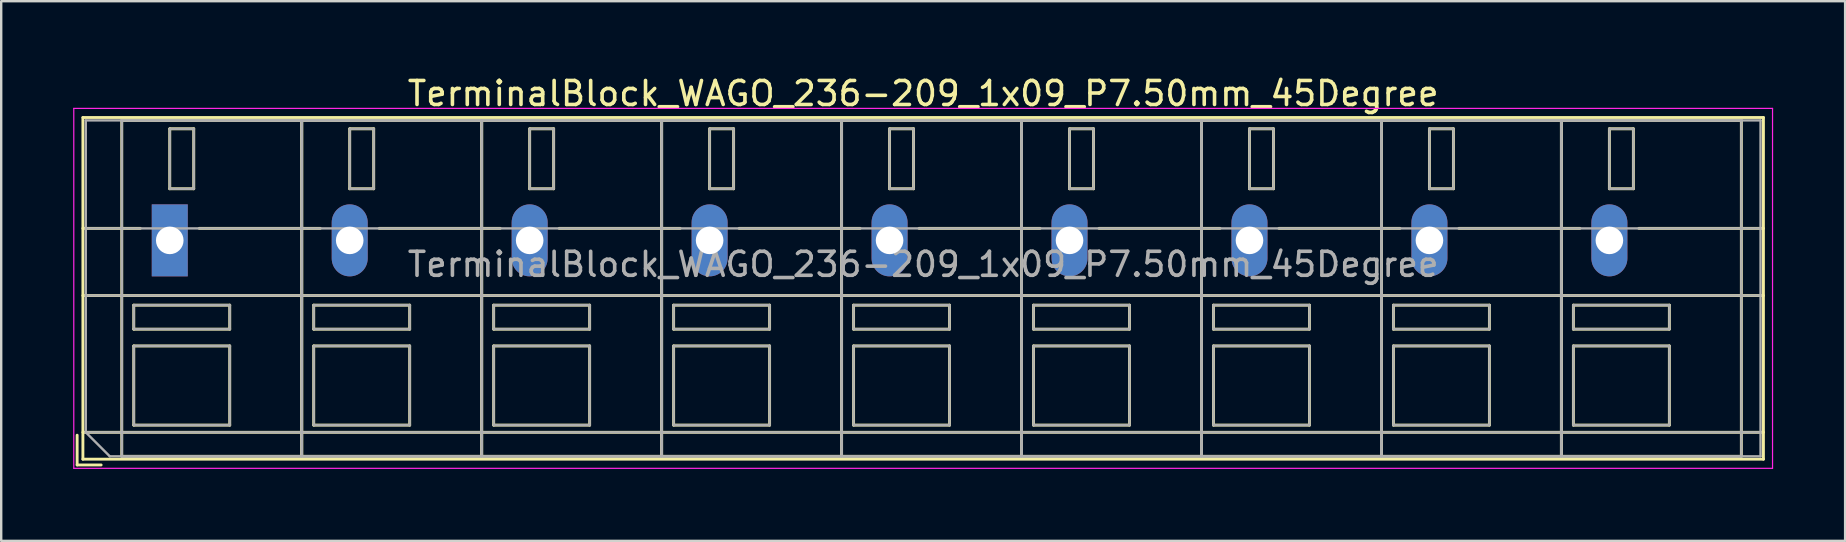
<source format=kicad_pcb>
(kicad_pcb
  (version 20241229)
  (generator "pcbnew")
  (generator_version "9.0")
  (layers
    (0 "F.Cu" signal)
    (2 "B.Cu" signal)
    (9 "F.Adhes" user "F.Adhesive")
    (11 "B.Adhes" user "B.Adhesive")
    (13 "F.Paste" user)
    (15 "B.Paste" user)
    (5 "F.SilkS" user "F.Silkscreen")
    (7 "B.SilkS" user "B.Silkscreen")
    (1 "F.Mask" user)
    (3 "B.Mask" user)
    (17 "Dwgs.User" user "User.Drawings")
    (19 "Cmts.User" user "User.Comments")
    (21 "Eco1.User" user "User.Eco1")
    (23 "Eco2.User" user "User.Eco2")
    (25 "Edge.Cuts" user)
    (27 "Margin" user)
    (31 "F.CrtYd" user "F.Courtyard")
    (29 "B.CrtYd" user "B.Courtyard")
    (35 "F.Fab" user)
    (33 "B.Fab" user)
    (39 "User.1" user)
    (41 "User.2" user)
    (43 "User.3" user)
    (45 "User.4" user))
  (footprint "TerminalBlock_WAGO_236-209_1x09_P7.50mm_45Degree"
    (layer "F.Cu")
    (at 4.025 6.968)
    (property "Reference" "TerminalBlock_WAGO_236-209_1x09_P7.50mm_45Degree" (at 31.4 -6.12 0) (layer "F.SilkS") (effects (font (size 1 1) (thickness 0.15))))
    (attr through_hole)
    (fp_line (start -3.86 8.12) (end -3.86 9.36) (stroke (width 0.12) (type solid)) (layer "F.SilkS"))
    (fp_line (start -3.86 9.36) (end -2.86 9.36) (stroke (width 0.12) (type solid)) (layer "F.SilkS"))
    (fp_line (start -3.62 -5.12) (end -3.62 9.12) (stroke (width 0.12) (type solid)) (layer "F.SilkS"))
    (fp_line (start -3.62 -5.12) (end 66.42 -5.12) (stroke (width 0.12) (type solid)) (layer "F.SilkS"))
    (fp_line (start -3.62 -0.5) (end -1.23 -0.5) (stroke (width 0.12) (type solid)) (layer "F.SilkS"))
    (fp_line (start -3.62 2.3) (end 66.42 2.3) (stroke (width 0.12) (type solid)) (layer "F.SilkS"))
    (fp_line (start -3.62 8) (end 66.42 8) (stroke (width 0.12) (type solid)) (layer "F.SilkS"))
    (fp_line (start -3.62 9.12) (end 66.42 9.12) (stroke (width 0.12) (type solid)) (layer "F.SilkS"))
    (fp_line (start -2 -5) (end -2 9) (stroke (width 0.12) (type solid)) (layer "F.SilkS"))
    (fp_line (start -2 -5) (end 5.5 -5) (stroke (width 0.12) (type solid)) (layer "F.SilkS"))
    (fp_line (start -2 9) (end 5.5 9) (stroke (width 0.12) (type solid)) (layer "F.SilkS"))
    (fp_line (start -1.5 2.7) (end -1.5 3.7) (stroke (width 0.12) (type solid)) (layer "F.SilkS"))
    (fp_line (start -1.5 2.7) (end 2.5 2.7) (stroke (width 0.12) (type solid)) (layer "F.SilkS"))
    (fp_line (start -1.5 3.7) (end 2.5 3.7) (stroke (width 0.12) (type solid)) (layer "F.SilkS"))
    (fp_line (start -1.5 4.4) (end -1.5 7.7) (stroke (width 0.12) (type solid)) (layer "F.SilkS"))
    (fp_line (start -1.5 4.4) (end 2.5 4.4) (stroke (width 0.12) (type solid)) (layer "F.SilkS"))
    (fp_line (start -1.5 7.7) (end 2.5 7.7) (stroke (width 0.12) (type solid)) (layer "F.SilkS"))
    (fp_line (start 0 -4.65) (end 0 -2.151) (stroke (width 0.12) (type solid)) (layer "F.SilkS"))
    (fp_line (start 0 -4.65) (end 1 -4.65) (stroke (width 0.12) (type solid)) (layer "F.SilkS"))
    (fp_line (start 0 -2.151) (end 1 -2.151) (stroke (width 0.12) (type solid)) (layer "F.SilkS"))
    (fp_line (start 1 -4.65) (end 1 -2.151) (stroke (width 0.12) (type solid)) (layer "F.SilkS"))
    (fp_line (start 1.23 -0.5) (end 6.27 -0.5) (stroke (width 0.12) (type solid)) (layer "F.SilkS"))
    (fp_line (start 2.5 2.7) (end 2.5 3.7) (stroke (width 0.12) (type solid)) (layer "F.SilkS"))
    (fp_line (start 2.5 4.4) (end 2.5 7.7) (stroke (width 0.12) (type solid)) (layer "F.SilkS"))
    (fp_line (start 5.5 -5) (end 5.5 9) (stroke (width 0.12) (type solid)) (layer "F.SilkS"))
    (fp_line (start 5.5 -5) (end 5.5 9) (stroke (width 0.12) (type solid)) (layer "F.SilkS"))
    (fp_line (start 5.5 -5) (end 13 -5) (stroke (width 0.12) (type solid)) (layer "F.SilkS"))
    (fp_line (start 5.5 9) (end 13 9) (stroke (width 0.12) (type solid)) (layer "F.SilkS"))
    (fp_line (start 6 2.7) (end 6 3.7) (stroke (width 0.12) (type solid)) (layer "F.SilkS"))
    (fp_line (start 6 2.7) (end 10 2.7) (stroke (width 0.12) (type solid)) (layer "F.SilkS"))
    (fp_line (start 6 3.7) (end 10 3.7) (stroke (width 0.12) (type solid)) (layer "F.SilkS"))
    (fp_line (start 6 4.4) (end 6 7.7) (stroke (width 0.12) (type solid)) (layer "F.SilkS"))
    (fp_line (start 6 4.4) (end 10 4.4) (stroke (width 0.12) (type solid)) (layer "F.SilkS"))
    (fp_line (start 6 7.7) (end 10 7.7) (stroke (width 0.12) (type solid)) (layer "F.SilkS"))
    (fp_line (start 7.5 -4.65) (end 7.5 -2.151) (stroke (width 0.12) (type solid)) (layer "F.SilkS"))
    (fp_line (start 7.5 -4.65) (end 8.5 -4.65) (stroke (width 0.12) (type solid)) (layer "F.SilkS"))
    (fp_line (start 7.5 -2.151) (end 8.5 -2.151) (stroke (width 0.12) (type solid)) (layer "F.SilkS"))
    (fp_line (start 8.5 -4.65) (end 8.5 -2.151) (stroke (width 0.12) (type solid)) (layer "F.SilkS"))
    (fp_line (start 8.73 -0.5) (end 13.77 -0.5) (stroke (width 0.12) (type solid)) (layer "F.SilkS"))
    (fp_line (start 10 2.7) (end 10 3.7) (stroke (width 0.12) (type solid)) (layer "F.SilkS"))
    (fp_line (start 10 4.4) (end 10 7.7) (stroke (width 0.12) (type solid)) (layer "F.SilkS"))
    (fp_line (start 13 -5) (end 13 9) (stroke (width 0.12) (type solid)) (layer "F.SilkS"))
    (fp_line (start 13 -5) (end 13 9) (stroke (width 0.12) (type solid)) (layer "F.SilkS"))
    (fp_line (start 13 -5) (end 20.5 -5) (stroke (width 0.12) (type solid)) (layer "F.SilkS"))
    (fp_line (start 13 9) (end 20.5 9) (stroke (width 0.12) (type solid)) (layer "F.SilkS"))
    (fp_line (start 13.5 2.7) (end 13.5 3.7) (stroke (width 0.12) (type solid)) (layer "F.SilkS"))
    (fp_line (start 13.5 2.7) (end 17.5 2.7) (stroke (width 0.12) (type solid)) (layer "F.SilkS"))
    (fp_line (start 13.5 3.7) (end 17.5 3.7) (stroke (width 0.12) (type solid)) (layer "F.SilkS"))
    (fp_line (start 13.5 4.4) (end 13.5 7.7) (stroke (width 0.12) (type solid)) (layer "F.SilkS"))
    (fp_line (start 13.5 4.4) (end 17.5 4.4) (stroke (width 0.12) (type solid)) (layer "F.SilkS"))
    (fp_line (start 13.5 7.7) (end 17.5 7.7) (stroke (width 0.12) (type solid)) (layer "F.SilkS"))
    (fp_line (start 15 -4.65) (end 15 -2.151) (stroke (width 0.12) (type solid)) (layer "F.SilkS"))
    (fp_line (start 15 -4.65) (end 16 -4.65) (stroke (width 0.12) (type solid)) (layer "F.SilkS"))
    (fp_line (start 15 -2.151) (end 16 -2.151) (stroke (width 0.12) (type solid)) (layer "F.SilkS"))
    (fp_line (start 16 -4.65) (end 16 -2.151) (stroke (width 0.12) (type solid)) (layer "F.SilkS"))
    (fp_line (start 16.23 -0.5) (end 21.27 -0.5) (stroke (width 0.12) (type solid)) (layer "F.SilkS"))
    (fp_line (start 17.5 2.7) (end 17.5 3.7) (stroke (width 0.12) (type solid)) (layer "F.SilkS"))
    (fp_line (start 17.5 4.4) (end 17.5 7.7) (stroke (width 0.12) (type solid)) (layer "F.SilkS"))
    (fp_line (start 20.5 -5) (end 20.5 9) (stroke (width 0.12) (type solid)) (layer "F.SilkS"))
    (fp_line (start 20.5 -5) (end 20.5 9) (stroke (width 0.12) (type solid)) (layer "F.SilkS"))
    (fp_line (start 20.5 -5) (end 28 -5) (stroke (width 0.12) (type solid)) (layer "F.SilkS"))
    (fp_line (start 20.5 9) (end 28 9) (stroke (width 0.12) (type solid)) (layer "F.SilkS"))
    (fp_line (start 21 2.7) (end 21 3.7) (stroke (width 0.12) (type solid)) (layer "F.SilkS"))
    (fp_line (start 21 2.7) (end 25 2.7) (stroke (width 0.12) (type solid)) (layer "F.SilkS"))
    (fp_line (start 21 3.7) (end 25 3.7) (stroke (width 0.12) (type solid)) (layer "F.SilkS"))
    (fp_line (start 21 4.4) (end 21 7.7) (stroke (width 0.12) (type solid)) (layer "F.SilkS"))
    (fp_line (start 21 4.4) (end 25 4.4) (stroke (width 0.12) (type solid)) (layer "F.SilkS"))
    (fp_line (start 21 7.7) (end 25 7.7) (stroke (width 0.12) (type solid)) (layer "F.SilkS"))
    (fp_line (start 22.5 -4.65) (end 22.5 -2.151) (stroke (width 0.12) (type solid)) (layer "F.SilkS"))
    (fp_line (start 22.5 -4.65) (end 23.5 -4.65) (stroke (width 0.12) (type solid)) (layer "F.SilkS"))
    (fp_line (start 22.5 -2.151) (end 23.5 -2.151) (stroke (width 0.12) (type solid)) (layer "F.SilkS"))
    (fp_line (start 23.5 -4.65) (end 23.5 -2.151) (stroke (width 0.12) (type solid)) (layer "F.SilkS"))
    (fp_line (start 23.73 -0.5) (end 28.77 -0.5) (stroke (width 0.12) (type solid)) (layer "F.SilkS"))
    (fp_line (start 25 2.7) (end 25 3.7) (stroke (width 0.12) (type solid)) (layer "F.SilkS"))
    (fp_line (start 25 4.4) (end 25 7.7) (stroke (width 0.12) (type solid)) (layer "F.SilkS"))
    (fp_line (start 28 -5) (end 28 9) (stroke (width 0.12) (type solid)) (layer "F.SilkS"))
    (fp_line (start 28 -5) (end 28 9) (stroke (width 0.12) (type solid)) (layer "F.SilkS"))
    (fp_line (start 28 -5) (end 35.5 -5) (stroke (width 0.12) (type solid)) (layer "F.SilkS"))
    (fp_line (start 28 9) (end 35.5 9) (stroke (width 0.12) (type solid)) (layer "F.SilkS"))
    (fp_line (start 28.5 2.7) (end 28.5 3.7) (stroke (width 0.12) (type solid)) (layer "F.SilkS"))
    (fp_line (start 28.5 2.7) (end 32.5 2.7) (stroke (width 0.12) (type solid)) (layer "F.SilkS"))
    (fp_line (start 28.5 3.7) (end 32.5 3.7) (stroke (width 0.12) (type solid)) (layer "F.SilkS"))
    (fp_line (start 28.5 4.4) (end 28.5 7.7) (stroke (width 0.12) (type solid)) (layer "F.SilkS"))
    (fp_line (start 28.5 4.4) (end 32.5 4.4) (stroke (width 0.12) (type solid)) (layer "F.SilkS"))
    (fp_line (start 28.5 7.7) (end 32.5 7.7) (stroke (width 0.12) (type solid)) (layer "F.SilkS"))
    (fp_line (start 30 -4.65) (end 30 -2.151) (stroke (width 0.12) (type solid)) (layer "F.SilkS"))
    (fp_line (start 30 -4.65) (end 31 -4.65) (stroke (width 0.12) (type solid)) (layer "F.SilkS"))
    (fp_line (start 30 -2.151) (end 31 -2.151) (stroke (width 0.12) (type solid)) (layer "F.SilkS"))
    (fp_line (start 31 -4.65) (end 31 -2.151) (stroke (width 0.12) (type solid)) (layer "F.SilkS"))
    (fp_line (start 31.23 -0.5) (end 36.27 -0.5) (stroke (width 0.12) (type solid)) (layer "F.SilkS"))
    (fp_line (start 32.5 2.7) (end 32.5 3.7) (stroke (width 0.12) (type solid)) (layer "F.SilkS"))
    (fp_line (start 32.5 4.4) (end 32.5 7.7) (stroke (width 0.12) (type solid)) (layer "F.SilkS"))
    (fp_line (start 35.5 -5) (end 35.5 9) (stroke (width 0.12) (type solid)) (layer "F.SilkS"))
    (fp_line (start 35.5 -5) (end 35.5 9) (stroke (width 0.12) (type solid)) (layer "F.SilkS"))
    (fp_line (start 35.5 -5) (end 43 -5) (stroke (width 0.12) (type solid)) (layer "F.SilkS"))
    (fp_line (start 35.5 9) (end 43 9) (stroke (width 0.12) (type solid)) (layer "F.SilkS"))
    (fp_line (start 36 2.7) (end 36 3.7) (stroke (width 0.12) (type solid)) (layer "F.SilkS"))
    (fp_line (start 36 2.7) (end 40 2.7) (stroke (width 0.12) (type solid)) (layer "F.SilkS"))
    (fp_line (start 36 3.7) (end 40 3.7) (stroke (width 0.12) (type solid)) (layer "F.SilkS"))
    (fp_line (start 36 4.4) (end 36 7.7) (stroke (width 0.12) (type solid)) (layer "F.SilkS"))
    (fp_line (start 36 4.4) (end 40 4.4) (stroke (width 0.12) (type solid)) (layer "F.SilkS"))
    (fp_line (start 36 7.7) (end 40 7.7) (stroke (width 0.12) (type solid)) (layer "F.SilkS"))
    (fp_line (start 37.5 -4.65) (end 37.5 -2.151) (stroke (width 0.12) (type solid)) (layer "F.SilkS"))
    (fp_line (start 37.5 -4.65) (end 38.5 -4.65) (stroke (width 0.12) (type solid)) (layer "F.SilkS"))
    (fp_line (start 37.5 -2.151) (end 38.5 -2.151) (stroke (width 0.12) (type solid)) (layer "F.SilkS"))
    (fp_line (start 38.5 -4.65) (end 38.5 -2.151) (stroke (width 0.12) (type solid)) (layer "F.SilkS"))
    (fp_line (start 38.73 -0.5) (end 43.77 -0.5) (stroke (width 0.12) (type solid)) (layer "F.SilkS"))
    (fp_line (start 40 2.7) (end 40 3.7) (stroke (width 0.12) (type solid)) (layer "F.SilkS"))
    (fp_line (start 40 4.4) (end 40 7.7) (stroke (width 0.12) (type solid)) (layer "F.SilkS"))
    (fp_line (start 43 -5) (end 43 9) (stroke (width 0.12) (type solid)) (layer "F.SilkS"))
    (fp_line (start 43 -5) (end 43 9) (stroke (width 0.12) (type solid)) (layer "F.SilkS"))
    (fp_line (start 43 -5) (end 50.5 -5) (stroke (width 0.12) (type solid)) (layer "F.SilkS"))
    (fp_line (start 43 9) (end 50.5 9) (stroke (width 0.12) (type solid)) (layer "F.SilkS"))
    (fp_line (start 43.5 2.7) (end 43.5 3.7) (stroke (width 0.12) (type solid)) (layer "F.SilkS"))
    (fp_line (start 43.5 2.7) (end 47.5 2.7) (stroke (width 0.12) (type solid)) (layer "F.SilkS"))
    (fp_line (start 43.5 3.7) (end 47.5 3.7) (stroke (width 0.12) (type solid)) (layer "F.SilkS"))
    (fp_line (start 43.5 4.4) (end 43.5 7.7) (stroke (width 0.12) (type solid)) (layer "F.SilkS"))
    (fp_line (start 43.5 4.4) (end 47.5 4.4) (stroke (width 0.12) (type solid)) (layer "F.SilkS"))
    (fp_line (start 43.5 7.7) (end 47.5 7.7) (stroke (width 0.12) (type solid)) (layer "F.SilkS"))
    (fp_line (start 45 -4.65) (end 45 -2.151) (stroke (width 0.12) (type solid)) (layer "F.SilkS"))
    (fp_line (start 45 -4.65) (end 46 -4.65) (stroke (width 0.12) (type solid)) (layer "F.SilkS"))
    (fp_line (start 45 -2.151) (end 46 -2.151) (stroke (width 0.12) (type solid)) (layer "F.SilkS"))
    (fp_line (start 46 -4.65) (end 46 -2.151) (stroke (width 0.12) (type solid)) (layer "F.SilkS"))
    (fp_line (start 46.23 -0.5) (end 51.27 -0.5) (stroke (width 0.12) (type solid)) (layer "F.SilkS"))
    (fp_line (start 47.5 2.7) (end 47.5 3.7) (stroke (width 0.12) (type solid)) (layer "F.SilkS"))
    (fp_line (start 47.5 4.4) (end 47.5 7.7) (stroke (width 0.12) (type solid)) (layer "F.SilkS"))
    (fp_line (start 50.5 -5) (end 50.5 9) (stroke (width 0.12) (type solid)) (layer "F.SilkS"))
    (fp_line (start 50.5 -5) (end 50.5 9) (stroke (width 0.12) (type solid)) (layer "F.SilkS"))
    (fp_line (start 50.5 -5) (end 58 -5) (stroke (width 0.12) (type solid)) (layer "F.SilkS"))
    (fp_line (start 50.5 9) (end 58 9) (stroke (width 0.12) (type solid)) (layer "F.SilkS"))
    (fp_line (start 51 2.7) (end 51 3.7) (stroke (width 0.12) (type solid)) (layer "F.SilkS"))
    (fp_line (start 51 2.7) (end 55 2.7) (stroke (width 0.12) (type solid)) (layer "F.SilkS"))
    (fp_line (start 51 3.7) (end 55 3.7) (stroke (width 0.12) (type solid)) (layer "F.SilkS"))
    (fp_line (start 51 4.4) (end 51 7.7) (stroke (width 0.12) (type solid)) (layer "F.SilkS"))
    (fp_line (start 51 4.4) (end 55 4.4) (stroke (width 0.12) (type solid)) (layer "F.SilkS"))
    (fp_line (start 51 7.7) (end 55 7.7) (stroke (width 0.12) (type solid)) (layer "F.SilkS"))
    (fp_line (start 52.5 -4.65) (end 52.5 -2.151) (stroke (width 0.12) (type solid)) (layer "F.SilkS"))
    (fp_line (start 52.5 -4.65) (end 53.5 -4.65) (stroke (width 0.12) (type solid)) (layer "F.SilkS"))
    (fp_line (start 52.5 -2.151) (end 53.5 -2.151) (stroke (width 0.12) (type solid)) (layer "F.SilkS"))
    (fp_line (start 53.5 -4.65) (end 53.5 -2.151) (stroke (width 0.12) (type solid)) (layer "F.SilkS"))
    (fp_line (start 53.73 -0.5) (end 58.77 -0.5) (stroke (width 0.12) (type solid)) (layer "F.SilkS"))
    (fp_line (start 55 2.7) (end 55 3.7) (stroke (width 0.12) (type solid)) (layer "F.SilkS"))
    (fp_line (start 55 4.4) (end 55 7.7) (stroke (width 0.12) (type solid)) (layer "F.SilkS"))
    (fp_line (start 58 -5) (end 58 9) (stroke (width 0.12) (type solid)) (layer "F.SilkS"))
    (fp_line (start 58 -5) (end 58 9) (stroke (width 0.12) (type solid)) (layer "F.SilkS"))
    (fp_line (start 58 -5) (end 65.5 -5) (stroke (width 0.12) (type solid)) (layer "F.SilkS"))
    (fp_line (start 58 9) (end 65.5 9) (stroke (width 0.12) (type solid)) (layer "F.SilkS"))
    (fp_line (start 58.5 2.7) (end 58.5 3.7) (stroke (width 0.12) (type solid)) (layer "F.SilkS"))
    (fp_line (start 58.5 2.7) (end 62.5 2.7) (stroke (width 0.12) (type solid)) (layer "F.SilkS"))
    (fp_line (start 58.5 3.7) (end 62.5 3.7) (stroke (width 0.12) (type solid)) (layer "F.SilkS"))
    (fp_line (start 58.5 4.4) (end 58.5 7.7) (stroke (width 0.12) (type solid)) (layer "F.SilkS"))
    (fp_line (start 58.5 4.4) (end 62.5 4.4) (stroke (width 0.12) (type solid)) (layer "F.SilkS"))
    (fp_line (start 58.5 7.7) (end 62.5 7.7) (stroke (width 0.12) (type solid)) (layer "F.SilkS"))
    (fp_line (start 60 -4.65) (end 60 -2.151) (stroke (width 0.12) (type solid)) (layer "F.SilkS"))
    (fp_line (start 60 -4.65) (end 61 -4.65) (stroke (width 0.12) (type solid)) (layer "F.SilkS"))
    (fp_line (start 60 -2.151) (end 61 -2.151) (stroke (width 0.12) (type solid)) (layer "F.SilkS"))
    (fp_line (start 61 -4.65) (end 61 -2.151) (stroke (width 0.12) (type solid)) (layer "F.SilkS"))
    (fp_line (start 61.23 -0.5) (end 66.42 -0.5) (stroke (width 0.12) (type solid)) (layer "F.SilkS"))
    (fp_line (start 62.5 2.7) (end 62.5 3.7) (stroke (width 0.12) (type solid)) (layer "F.SilkS"))
    (fp_line (start 62.5 4.4) (end 62.5 7.7) (stroke (width 0.12) (type solid)) (layer "F.SilkS"))
    (fp_line (start 65.5 -5) (end 65.5 9) (stroke (width 0.12) (type solid)) (layer "F.SilkS"))
    (fp_line (start 66.42 -5.12) (end 66.42 9.12) (stroke (width 0.12) (type solid)) (layer "F.SilkS"))
    (fp_line (start -4 -5.5) (end -4 9.5) (stroke (width 0.05) (type solid)) (layer "F.CrtYd"))
    (fp_line (start -4 9.5) (end 66.8 9.5) (stroke (width 0.05) (type solid)) (layer "F.CrtYd"))
    (fp_line (start 66.8 -5.5) (end -4 -5.5) (stroke (width 0.05) (type solid)) (layer "F.CrtYd"))
    (fp_line (start 66.8 9.5) (end 66.8 -5.5) (stroke (width 0.05) (type solid)) (layer "F.CrtYd"))
    (fp_line (start -3.5 -5) (end 66.3 -5) (stroke (width 0.1) (type solid)) (layer "F.Fab"))
    (fp_line (start -3.5 -0.5) (end 66.3 -0.5) (stroke (width 0.1) (type solid)) (layer "F.Fab"))
    (fp_line (start -3.5 2.3) (end 66.3 2.3) (stroke (width 0.1) (type solid)) (layer "F.Fab"))
    (fp_line (start -3.5 8) (end -3.5 -5) (stroke (width 0.1) (type solid)) (layer "F.Fab"))
    (fp_line (start -3.5 8) (end 66.3 8) (stroke (width 0.1) (type solid)) (layer "F.Fab"))
    (fp_line (start -2.5 9) (end -3.5 8) (stroke (width 0.1) (type solid)) (layer "F.Fab"))
    (fp_line (start -2 -5) (end -2 9) (stroke (width 0.1) (type solid)) (layer "F.Fab"))
    (fp_line (start -2 9) (end 5.5 9) (stroke (width 0.1) (type solid)) (layer "F.Fab"))
    (fp_line (start -1.5 2.7) (end -1.5 3.7) (stroke (width 0.1) (type solid)) (layer "F.Fab"))
    (fp_line (start -1.5 3.7) (end 2.5 3.7) (stroke (width 0.1) (type solid)) (layer "F.Fab"))
    (fp_line (start -1.5 4.4) (end -1.5 7.7) (stroke (width 0.1) (type solid)) (layer "F.Fab"))
    (fp_line (start -1.5 7.7) (end 2.5 7.7) (stroke (width 0.1) (type solid)) (layer "F.Fab"))
    (fp_line (start 0 -4.65) (end 0 -2.15) (stroke (width 0.1) (type solid)) (layer "F.Fab"))
    (fp_line (start 0 -2.15) (end 1 -2.15) (stroke (width 0.1) (type solid)) (layer "F.Fab"))
    (fp_line (start 1 -4.65) (end 0 -4.65) (stroke (width 0.1) (type solid)) (layer "F.Fab"))
    (fp_line (start 1 -2.15) (end 1 -4.65) (stroke (width 0.1) (type solid)) (layer "F.Fab"))
    (fp_line (start 2.5 2.7) (end -1.5 2.7) (stroke (width 0.1) (type solid)) (layer "F.Fab"))
    (fp_line (start 2.5 3.7) (end 2.5 2.7) (stroke (width 0.1) (type solid)) (layer "F.Fab"))
    (fp_line (start 2.5 4.4) (end -1.5 4.4) (stroke (width 0.1) (type solid)) (layer "F.Fab"))
    (fp_line (start 2.5 7.7) (end 2.5 4.4) (stroke (width 0.1) (type solid)) (layer "F.Fab"))
    (fp_line (start 5.5 -5) (end -2 -5) (stroke (width 0.1) (type solid)) (layer "F.Fab"))
    (fp_line (start 5.5 -5) (end 5.5 9) (stroke (width 0.1) (type solid)) (layer "F.Fab"))
    (fp_line (start 5.5 9) (end 5.5 -5) (stroke (width 0.1) (type solid)) (layer "F.Fab"))
    (fp_line (start 5.5 9) (end 13 9) (stroke (width 0.1) (type solid)) (layer "F.Fab"))
    (fp_line (start 6 2.7) (end 6 3.7) (stroke (width 0.1) (type solid)) (layer "F.Fab"))
    (fp_line (start 6 3.7) (end 10 3.7) (stroke (width 0.1) (type solid)) (layer "F.Fab"))
    (fp_line (start 6 4.4) (end 6 7.7) (stroke (width 0.1) (type solid)) (layer "F.Fab"))
    (fp_line (start 6 7.7) (end 10 7.7) (stroke (width 0.1) (type solid)) (layer "F.Fab"))
    (fp_line (start 7.5 -4.65) (end 7.5 -2.15) (stroke (width 0.1) (type solid)) (layer "F.Fab"))
    (fp_line (start 7.5 -2.15) (end 8.5 -2.15) (stroke (width 0.1) (type solid)) (layer "F.Fab"))
    (fp_line (start 8.5 -4.65) (end 7.5 -4.65) (stroke (width 0.1) (type solid)) (layer "F.Fab"))
    (fp_line (start 8.5 -2.15) (end 8.5 -4.65) (stroke (width 0.1) (type solid)) (layer "F.Fab"))
    (fp_line (start 10 2.7) (end 6 2.7) (stroke (width 0.1) (type solid)) (layer "F.Fab"))
    (fp_line (start 10 3.7) (end 10 2.7) (stroke (width 0.1) (type solid)) (layer "F.Fab"))
    (fp_line (start 10 4.4) (end 6 4.4) (stroke (width 0.1) (type solid)) (layer "F.Fab"))
    (fp_line (start 10 7.7) (end 10 4.4) (stroke (width 0.1) (type solid)) (layer "F.Fab"))
    (fp_line (start 13 -5) (end 5.5 -5) (stroke (width 0.1) (type solid)) (layer "F.Fab"))
    (fp_line (start 13 -5) (end 13 9) (stroke (width 0.1) (type solid)) (layer "F.Fab"))
    (fp_line (start 13 9) (end 13 -5) (stroke (width 0.1) (type solid)) (layer "F.Fab"))
    (fp_line (start 13 9) (end 20.5 9) (stroke (width 0.1) (type solid)) (layer "F.Fab"))
    (fp_line (start 13.5 2.7) (end 13.5 3.7) (stroke (width 0.1) (type solid)) (layer "F.Fab"))
    (fp_line (start 13.5 3.7) (end 17.5 3.7) (stroke (width 0.1) (type solid)) (layer "F.Fab"))
    (fp_line (start 13.5 4.4) (end 13.5 7.7) (stroke (width 0.1) (type solid)) (layer "F.Fab"))
    (fp_line (start 13.5 7.7) (end 17.5 7.7) (stroke (width 0.1) (type solid)) (layer "F.Fab"))
    (fp_line (start 15 -4.65) (end 15 -2.15) (stroke (width 0.1) (type solid)) (layer "F.Fab"))
    (fp_line (start 15 -2.15) (end 16 -2.15) (stroke (width 0.1) (type solid)) (layer "F.Fab"))
    (fp_line (start 16 -4.65) (end 15 -4.65) (stroke (width 0.1) (type solid)) (layer "F.Fab"))
    (fp_line (start 16 -2.15) (end 16 -4.65) (stroke (width 0.1) (type solid)) (layer "F.Fab"))
    (fp_line (start 17.5 2.7) (end 13.5 2.7) (stroke (width 0.1) (type solid)) (layer "F.Fab"))
    (fp_line (start 17.5 3.7) (end 17.5 2.7) (stroke (width 0.1) (type solid)) (layer "F.Fab"))
    (fp_line (start 17.5 4.4) (end 13.5 4.4) (stroke (width 0.1) (type solid)) (layer "F.Fab"))
    (fp_line (start 17.5 7.7) (end 17.5 4.4) (stroke (width 0.1) (type solid)) (layer "F.Fab"))
    (fp_line (start 20.5 -5) (end 13 -5) (stroke (width 0.1) (type solid)) (layer "F.Fab"))
    (fp_line (start 20.5 -5) (end 20.5 9) (stroke (width 0.1) (type solid)) (layer "F.Fab"))
    (fp_line (start 20.5 9) (end 20.5 -5) (stroke (width 0.1) (type solid)) (layer "F.Fab"))
    (fp_line (start 20.5 9) (end 28 9) (stroke (width 0.1) (type solid)) (layer "F.Fab"))
    (fp_line (start 21 2.7) (end 21 3.7) (stroke (width 0.1) (type solid)) (layer "F.Fab"))
    (fp_line (start 21 3.7) (end 25 3.7) (stroke (width 0.1) (type solid)) (layer "F.Fab"))
    (fp_line (start 21 4.4) (end 21 7.7) (stroke (width 0.1) (type solid)) (layer "F.Fab"))
    (fp_line (start 21 7.7) (end 25 7.7) (stroke (width 0.1) (type solid)) (layer "F.Fab"))
    (fp_line (start 22.5 -4.65) (end 22.5 -2.15) (stroke (width 0.1) (type solid)) (layer "F.Fab"))
    (fp_line (start 22.5 -2.15) (end 23.5 -2.15) (stroke (width 0.1) (type solid)) (layer "F.Fab"))
    (fp_line (start 23.5 -4.65) (end 22.5 -4.65) (stroke (width 0.1) (type solid)) (layer "F.Fab"))
    (fp_line (start 23.5 -2.15) (end 23.5 -4.65) (stroke (width 0.1) (type solid)) (layer "F.Fab"))
    (fp_line (start 25 2.7) (end 21 2.7) (stroke (width 0.1) (type solid)) (layer "F.Fab"))
    (fp_line (start 25 3.7) (end 25 2.7) (stroke (width 0.1) (type solid)) (layer "F.Fab"))
    (fp_line (start 25 4.4) (end 21 4.4) (stroke (width 0.1) (type solid)) (layer "F.Fab"))
    (fp_line (start 25 7.7) (end 25 4.4) (stroke (width 0.1) (type solid)) (layer "F.Fab"))
    (fp_line (start 28 -5) (end 20.5 -5) (stroke (width 0.1) (type solid)) (layer "F.Fab"))
    (fp_line (start 28 -5) (end 28 9) (stroke (width 0.1) (type solid)) (layer "F.Fab"))
    (fp_line (start 28 9) (end 28 -5) (stroke (width 0.1) (type solid)) (layer "F.Fab"))
    (fp_line (start 28 9) (end 35.5 9) (stroke (width 0.1) (type solid)) (layer "F.Fab"))
    (fp_line (start 28.5 2.7) (end 28.5 3.7) (stroke (width 0.1) (type solid)) (layer "F.Fab"))
    (fp_line (start 28.5 3.7) (end 32.5 3.7) (stroke (width 0.1) (type solid)) (layer "F.Fab"))
    (fp_line (start 28.5 4.4) (end 28.5 7.7) (stroke (width 0.1) (type solid)) (layer "F.Fab"))
    (fp_line (start 28.5 7.7) (end 32.5 7.7) (stroke (width 0.1) (type solid)) (layer "F.Fab"))
    (fp_line (start 30 -4.65) (end 30 -2.15) (stroke (width 0.1) (type solid)) (layer "F.Fab"))
    (fp_line (start 30 -2.15) (end 31 -2.15) (stroke (width 0.1) (type solid)) (layer "F.Fab"))
    (fp_line (start 31 -4.65) (end 30 -4.65) (stroke (width 0.1) (type solid)) (layer "F.Fab"))
    (fp_line (start 31 -2.15) (end 31 -4.65) (stroke (width 0.1) (type solid)) (layer "F.Fab"))
    (fp_line (start 32.5 2.7) (end 28.5 2.7) (stroke (width 0.1) (type solid)) (layer "F.Fab"))
    (fp_line (start 32.5 3.7) (end 32.5 2.7) (stroke (width 0.1) (type solid)) (layer "F.Fab"))
    (fp_line (start 32.5 4.4) (end 28.5 4.4) (stroke (width 0.1) (type solid)) (layer "F.Fab"))
    (fp_line (start 32.5 7.7) (end 32.5 4.4) (stroke (width 0.1) (type solid)) (layer "F.Fab"))
    (fp_line (start 35.5 -5) (end 28 -5) (stroke (width 0.1) (type solid)) (layer "F.Fab"))
    (fp_line (start 35.5 -5) (end 35.5 9) (stroke (width 0.1) (type solid)) (layer "F.Fab"))
    (fp_line (start 35.5 9) (end 35.5 -5) (stroke (width 0.1) (type solid)) (layer "F.Fab"))
    (fp_line (start 35.5 9) (end 43 9) (stroke (width 0.1) (type solid)) (layer "F.Fab"))
    (fp_line (start 36 2.7) (end 36 3.7) (stroke (width 0.1) (type solid)) (layer "F.Fab"))
    (fp_line (start 36 3.7) (end 40 3.7) (stroke (width 0.1) (type solid)) (layer "F.Fab"))
    (fp_line (start 36 4.4) (end 36 7.7) (stroke (width 0.1) (type solid)) (layer "F.Fab"))
    (fp_line (start 36 7.7) (end 40 7.7) (stroke (width 0.1) (type solid)) (layer "F.Fab"))
    (fp_line (start 37.5 -4.65) (end 37.5 -2.15) (stroke (width 0.1) (type solid)) (layer "F.Fab"))
    (fp_line (start 37.5 -2.15) (end 38.5 -2.15) (stroke (width 0.1) (type solid)) (layer "F.Fab"))
    (fp_line (start 38.5 -4.65) (end 37.5 -4.65) (stroke (width 0.1) (type solid)) (layer "F.Fab"))
    (fp_line (start 38.5 -2.15) (end 38.5 -4.65) (stroke (width 0.1) (type solid)) (layer "F.Fab"))
    (fp_line (start 40 2.7) (end 36 2.7) (stroke (width 0.1) (type solid)) (layer "F.Fab"))
    (fp_line (start 40 3.7) (end 40 2.7) (stroke (width 0.1) (type solid)) (layer "F.Fab"))
    (fp_line (start 40 4.4) (end 36 4.4) (stroke (width 0.1) (type solid)) (layer "F.Fab"))
    (fp_line (start 40 7.7) (end 40 4.4) (stroke (width 0.1) (type solid)) (layer "F.Fab"))
    (fp_line (start 43 -5) (end 35.5 -5) (stroke (width 0.1) (type solid)) (layer "F.Fab"))
    (fp_line (start 43 -5) (end 43 9) (stroke (width 0.1) (type solid)) (layer "F.Fab"))
    (fp_line (start 43 9) (end 43 -5) (stroke (width 0.1) (type solid)) (layer "F.Fab"))
    (fp_line (start 43 9) (end 50.5 9) (stroke (width 0.1) (type solid)) (layer "F.Fab"))
    (fp_line (start 43.5 2.7) (end 43.5 3.7) (stroke (width 0.1) (type solid)) (layer "F.Fab"))
    (fp_line (start 43.5 3.7) (end 47.5 3.7) (stroke (width 0.1) (type solid)) (layer "F.Fab"))
    (fp_line (start 43.5 4.4) (end 43.5 7.7) (stroke (width 0.1) (type solid)) (layer "F.Fab"))
    (fp_line (start 43.5 7.7) (end 47.5 7.7) (stroke (width 0.1) (type solid)) (layer "F.Fab"))
    (fp_line (start 45 -4.65) (end 45 -2.15) (stroke (width 0.1) (type solid)) (layer "F.Fab"))
    (fp_line (start 45 -2.15) (end 46 -2.15) (stroke (width 0.1) (type solid)) (layer "F.Fab"))
    (fp_line (start 46 -4.65) (end 45 -4.65) (stroke (width 0.1) (type solid)) (layer "F.Fab"))
    (fp_line (start 46 -2.15) (end 46 -4.65) (stroke (width 0.1) (type solid)) (layer "F.Fab"))
    (fp_line (start 47.5 2.7) (end 43.5 2.7) (stroke (width 0.1) (type solid)) (layer "F.Fab"))
    (fp_line (start 47.5 3.7) (end 47.5 2.7) (stroke (width 0.1) (type solid)) (layer "F.Fab"))
    (fp_line (start 47.5 4.4) (end 43.5 4.4) (stroke (width 0.1) (type solid)) (layer "F.Fab"))
    (fp_line (start 47.5 7.7) (end 47.5 4.4) (stroke (width 0.1) (type solid)) (layer "F.Fab"))
    (fp_line (start 50.5 -5) (end 43 -5) (stroke (width 0.1) (type solid)) (layer "F.Fab"))
    (fp_line (start 50.5 -5) (end 50.5 9) (stroke (width 0.1) (type solid)) (layer "F.Fab"))
    (fp_line (start 50.5 9) (end 50.5 -5) (stroke (width 0.1) (type solid)) (layer "F.Fab"))
    (fp_line (start 50.5 9) (end 58 9) (stroke (width 0.1) (type solid)) (layer "F.Fab"))
    (fp_line (start 51 2.7) (end 51 3.7) (stroke (width 0.1) (type solid)) (layer "F.Fab"))
    (fp_line (start 51 3.7) (end 55 3.7) (stroke (width 0.1) (type solid)) (layer "F.Fab"))
    (fp_line (start 51 4.4) (end 51 7.7) (stroke (width 0.1) (type solid)) (layer "F.Fab"))
    (fp_line (start 51 7.7) (end 55 7.7) (stroke (width 0.1) (type solid)) (layer "F.Fab"))
    (fp_line (start 52.5 -4.65) (end 52.5 -2.15) (stroke (width 0.1) (type solid)) (layer "F.Fab"))
    (fp_line (start 52.5 -2.15) (end 53.5 -2.15) (stroke (width 0.1) (type solid)) (layer "F.Fab"))
    (fp_line (start 53.5 -4.65) (end 52.5 -4.65) (stroke (width 0.1) (type solid)) (layer "F.Fab"))
    (fp_line (start 53.5 -2.15) (end 53.5 -4.65) (stroke (width 0.1) (type solid)) (layer "F.Fab"))
    (fp_line (start 55 2.7) (end 51 2.7) (stroke (width 0.1) (type solid)) (layer "F.Fab"))
    (fp_line (start 55 3.7) (end 55 2.7) (stroke (width 0.1) (type solid)) (layer "F.Fab"))
    (fp_line (start 55 4.4) (end 51 4.4) (stroke (width 0.1) (type solid)) (layer "F.Fab"))
    (fp_line (start 55 7.7) (end 55 4.4) (stroke (width 0.1) (type solid)) (layer "F.Fab"))
    (fp_line (start 58 -5) (end 50.5 -5) (stroke (width 0.1) (type solid)) (layer "F.Fab"))
    (fp_line (start 58 -5) (end 58 9) (stroke (width 0.1) (type solid)) (layer "F.Fab"))
    (fp_line (start 58 9) (end 58 -5) (stroke (width 0.1) (type solid)) (layer "F.Fab"))
    (fp_line (start 58 9) (end 65.5 9) (stroke (width 0.1) (type solid)) (layer "F.Fab"))
    (fp_line (start 58.5 2.7) (end 58.5 3.7) (stroke (width 0.1) (type solid)) (layer "F.Fab"))
    (fp_line (start 58.5 3.7) (end 62.5 3.7) (stroke (width 0.1) (type solid)) (layer "F.Fab"))
    (fp_line (start 58.5 4.4) (end 58.5 7.7) (stroke (width 0.1) (type solid)) (layer "F.Fab"))
    (fp_line (start 58.5 7.7) (end 62.5 7.7) (stroke (width 0.1) (type solid)) (layer "F.Fab"))
    (fp_line (start 60 -4.65) (end 60 -2.15) (stroke (width 0.1) (type solid)) (layer "F.Fab"))
    (fp_line (start 60 -2.15) (end 61 -2.15) (stroke (width 0.1) (type solid)) (layer "F.Fab"))
    (fp_line (start 61 -4.65) (end 60 -4.65) (stroke (width 0.1) (type solid)) (layer "F.Fab"))
    (fp_line (start 61 -2.15) (end 61 -4.65) (stroke (width 0.1) (type solid)) (layer "F.Fab"))
    (fp_line (start 62.5 2.7) (end 58.5 2.7) (stroke (width 0.1) (type solid)) (layer "F.Fab"))
    (fp_line (start 62.5 3.7) (end 62.5 2.7) (stroke (width 0.1) (type solid)) (layer "F.Fab"))
    (fp_line (start 62.5 4.4) (end 58.5 4.4) (stroke (width 0.1) (type solid)) (layer "F.Fab"))
    (fp_line (start 62.5 7.7) (end 62.5 4.4) (stroke (width 0.1) (type solid)) (layer "F.Fab"))
    (fp_line (start 65.5 -5) (end 58 -5) (stroke (width 0.1) (type solid)) (layer "F.Fab"))
    (fp_line (start 65.5 9) (end 65.5 -5) (stroke (width 0.1) (type solid)) (layer "F.Fab"))
    (fp_line (start 66.3 -5) (end 66.3 9) (stroke (width 0.1) (type solid)) (layer "F.Fab"))
    (fp_line (start 66.3 9) (end -2.5 9) (stroke (width 0.1) (type solid)) (layer "F.Fab"))
    (fp_text user "${REFERENCE}" (at 31.4 1 0) (layer "F.Fab") (effects (font (size 1 1) (thickness 0.15))))
    (pad "1" thru_hole rect (at 0 0) (size 1.5 3) (drill 1.15) (layers "*.Cu" "*.Mask"))
    (pad "2" thru_hole oval (at 7.5 0) (size 1.5 3) (drill 1.15) (layers "*.Cu" "*.Mask"))
    (pad "3" thru_hole oval (at 15 0) (size 1.5 3) (drill 1.15) (layers "*.Cu" "*.Mask"))
    (pad "4" thru_hole oval (at 22.5 0) (size 1.5 3) (drill 1.15) (layers "*.Cu" "*.Mask"))
    (pad "5" thru_hole oval (at 30 0) (size 1.5 3) (drill 1.15) (layers "*.Cu" "*.Mask"))
    (pad "6" thru_hole oval (at 37.5 0) (size 1.5 3) (drill 1.15) (layers "*.Cu" "*.Mask"))
    (pad "7" thru_hole oval (at 45 0) (size 1.5 3) (drill 1.15) (layers "*.Cu" "*.Mask"))
    (pad "8" thru_hole oval (at 52.5 0) (size 1.5 3) (drill 1.15) (layers "*.Cu" "*.Mask"))
    (pad "9" thru_hole oval (at 60 0) (size 1.5 3) (drill 1.15) (layers "*.Cu" "*.Mask")))
  (gr_rect
    (start -3 -3)
    (end 73.85 19.493)
    (stroke (width 0.1) (type default))
    (fill no)
    (layer "Edge.Cuts")))
</source>
